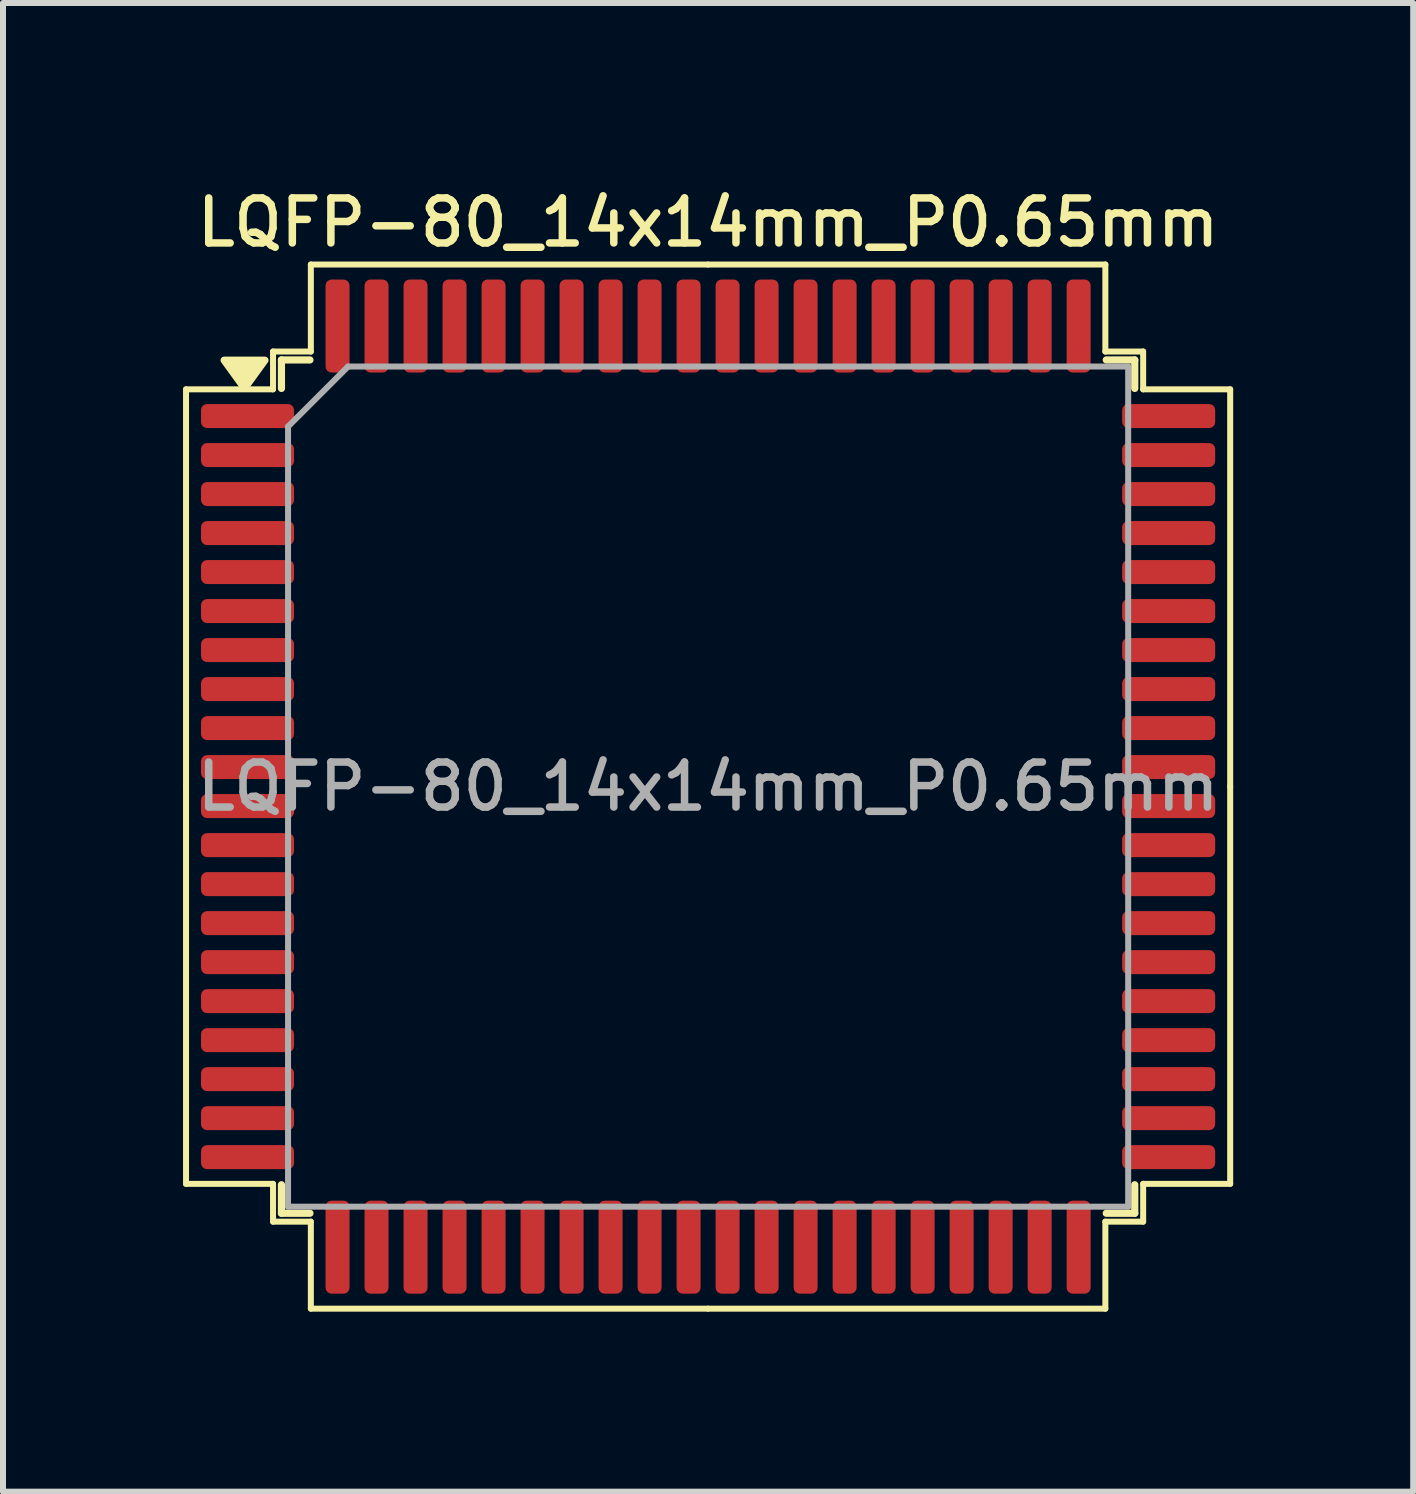
<source format=kicad_pcb>
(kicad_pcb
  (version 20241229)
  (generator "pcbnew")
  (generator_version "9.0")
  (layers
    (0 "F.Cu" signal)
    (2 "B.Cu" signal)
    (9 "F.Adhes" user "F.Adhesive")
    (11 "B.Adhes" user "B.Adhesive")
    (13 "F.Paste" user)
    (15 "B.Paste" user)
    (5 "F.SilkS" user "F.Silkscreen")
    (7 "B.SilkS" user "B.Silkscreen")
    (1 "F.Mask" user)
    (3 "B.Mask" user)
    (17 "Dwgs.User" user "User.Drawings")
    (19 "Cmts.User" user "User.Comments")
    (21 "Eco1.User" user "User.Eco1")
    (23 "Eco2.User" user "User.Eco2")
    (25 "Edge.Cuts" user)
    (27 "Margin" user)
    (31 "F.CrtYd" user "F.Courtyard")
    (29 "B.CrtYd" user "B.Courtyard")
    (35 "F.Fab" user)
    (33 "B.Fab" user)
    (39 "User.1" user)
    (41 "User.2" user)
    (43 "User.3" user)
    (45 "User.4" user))
  (footprint "LQFP-80_14x14mm_P0.65mm"
    (layer "F.Cu")
    (at 8.75 10.058)
    (property "Reference" "LQFP-80_14x14mm_P0.65mm" (at 0 -9.4 0) (layer "F.SilkS") (effects (font (size 0.75 0.75) (thickness 0.125))))
    (attr smd)
    (fp_line (start -8.7 -6.62) (end -8.7 0) (stroke (width 0.1) (type solid)) (layer "F.SilkS"))
    (fp_line (start -8.7 6.62) (end -8.7 0) (stroke (width 0.1) (type solid)) (layer "F.SilkS"))
    (fp_line (start -7.25 -7.25) (end -7.25 -6.62) (stroke (width 0.1) (type solid)) (layer "F.SilkS"))
    (fp_line (start -7.25 -6.62) (end -8.7 -6.62) (stroke (width 0.1) (type solid)) (layer "F.SilkS"))
    (fp_line (start -7.25 6.62) (end -8.7 6.62) (stroke (width 0.1) (type solid)) (layer "F.SilkS"))
    (fp_line (start -7.25 7.25) (end -7.25 6.62) (stroke (width 0.1) (type solid)) (layer "F.SilkS"))
    (fp_line (start -7.11 -7.11) (end -7.11 -6.635) (stroke (width 0.12) (type solid)) (layer "F.SilkS"))
    (fp_line (start -7.11 7.11) (end -7.11 6.635) (stroke (width 0.12) (type solid)) (layer "F.SilkS"))
    (fp_line (start -6.635 -7.11) (end -7.11 -7.11) (stroke (width 0.12) (type solid)) (layer "F.SilkS"))
    (fp_line (start -6.635 7.11) (end -7.11 7.11) (stroke (width 0.12) (type solid)) (layer "F.SilkS"))
    (fp_line (start -6.62 -8.7) (end -6.62 -7.25) (stroke (width 0.1) (type solid)) (layer "F.SilkS"))
    (fp_line (start -6.62 -7.25) (end -7.25 -7.25) (stroke (width 0.1) (type solid)) (layer "F.SilkS"))
    (fp_line (start -6.62 7.25) (end -7.25 7.25) (stroke (width 0.1) (type solid)) (layer "F.SilkS"))
    (fp_line (start -6.62 8.7) (end -6.62 7.25) (stroke (width 0.1) (type solid)) (layer "F.SilkS"))
    (fp_line (start 0 -8.7) (end -6.62 -8.7) (stroke (width 0.1) (type solid)) (layer "F.SilkS"))
    (fp_line (start 0 -8.7) (end 6.62 -8.7) (stroke (width 0.1) (type solid)) (layer "F.SilkS"))
    (fp_line (start 0 8.7) (end -6.62 8.7) (stroke (width 0.1) (type solid)) (layer "F.SilkS"))
    (fp_line (start 0 8.7) (end 6.62 8.7) (stroke (width 0.1) (type solid)) (layer "F.SilkS"))
    (fp_line (start 6.62 -8.7) (end 6.62 -7.25) (stroke (width 0.1) (type solid)) (layer "F.SilkS"))
    (fp_line (start 6.62 -7.25) (end 7.25 -7.25) (stroke (width 0.1) (type solid)) (layer "F.SilkS"))
    (fp_line (start 6.62 7.25) (end 7.25 7.25) (stroke (width 0.1) (type solid)) (layer "F.SilkS"))
    (fp_line (start 6.62 8.7) (end 6.62 7.25) (stroke (width 0.1) (type solid)) (layer "F.SilkS"))
    (fp_line (start 6.635 -7.11) (end 7.11 -7.11) (stroke (width 0.12) (type solid)) (layer "F.SilkS"))
    (fp_line (start 6.635 7.11) (end 7.11 7.11) (stroke (width 0.12) (type solid)) (layer "F.SilkS"))
    (fp_line (start 7.11 -7.11) (end 7.11 -6.635) (stroke (width 0.12) (type solid)) (layer "F.SilkS"))
    (fp_line (start 7.11 7.11) (end 7.11 6.635) (stroke (width 0.12) (type solid)) (layer "F.SilkS"))
    (fp_line (start 7.25 -7.25) (end 7.25 -6.62) (stroke (width 0.1) (type solid)) (layer "F.SilkS"))
    (fp_line (start 7.25 -6.62) (end 8.7 -6.62) (stroke (width 0.1) (type solid)) (layer "F.SilkS"))
    (fp_line (start 7.25 6.62) (end 8.7 6.62) (stroke (width 0.1) (type solid)) (layer "F.SilkS"))
    (fp_line (start 7.25 7.25) (end 7.25 6.62) (stroke (width 0.1) (type solid)) (layer "F.SilkS"))
    (fp_line (start 8.7 -6.62) (end 8.7 0) (stroke (width 0.1) (type solid)) (layer "F.SilkS"))
    (fp_line (start 8.7 6.62) (end 8.7 0) (stroke (width 0.1) (type solid)) (layer "F.SilkS"))
    (fp_poly (pts (xy -7.725 -6.635) (xy -8.065 -7.105) (xy -7.385 -7.105) (xy -7.725 -6.635)) (stroke (width 0.12) (type solid)) (fill yes) (layer "F.SilkS"))
    (fp_line (start -7 -6) (end -6 -7) (stroke (width 0.1) (type solid)) (layer "F.Fab"))
    (fp_line (start -7 7) (end -7 -6) (stroke (width 0.1) (type solid)) (layer "F.Fab"))
    (fp_line (start -6 -7) (end 7 -7) (stroke (width 0.1) (type solid)) (layer "F.Fab"))
    (fp_line (start 7 -7) (end 7 7) (stroke (width 0.1) (type solid)) (layer "F.Fab"))
    (fp_line (start 7 7) (end -7 7) (stroke (width 0.1) (type solid)) (layer "F.Fab"))
    (fp_text user "${REFERENCE}" (at 0 0 0) (layer "F.Fab") (effects (font (size 0.75 0.75) (thickness 0.125))))
    (pad "1" smd roundrect (at -7.675 -6.175) (size 1.55 0.4) (layers "F.Cu" "F.Mask" "F.Paste") (roundrect_rratio 0.25))
    (pad "2" smd roundrect (at -7.675 -5.525) (size 1.55 0.4) (layers "F.Cu" "F.Mask" "F.Paste") (roundrect_rratio 0.25))
    (pad "3" smd roundrect (at -7.675 -4.875) (size 1.55 0.4) (layers "F.Cu" "F.Mask" "F.Paste") (roundrect_rratio 0.25))
    (pad "4" smd roundrect (at -7.675 -4.225) (size 1.55 0.4) (layers "F.Cu" "F.Mask" "F.Paste") (roundrect_rratio 0.25))
    (pad "5" smd roundrect (at -7.675 -3.575) (size 1.55 0.4) (layers "F.Cu" "F.Mask" "F.Paste") (roundrect_rratio 0.25))
    (pad "6" smd roundrect (at -7.675 -2.925) (size 1.55 0.4) (layers "F.Cu" "F.Mask" "F.Paste") (roundrect_rratio 0.25))
    (pad "7" smd roundrect (at -7.675 -2.275) (size 1.55 0.4) (layers "F.Cu" "F.Mask" "F.Paste") (roundrect_rratio 0.25))
    (pad "8" smd roundrect (at -7.675 -1.625) (size 1.55 0.4) (layers "F.Cu" "F.Mask" "F.Paste") (roundrect_rratio 0.25))
    (pad "9" smd roundrect (at -7.675 -0.975) (size 1.55 0.4) (layers "F.Cu" "F.Mask" "F.Paste") (roundrect_rratio 0.25))
    (pad "10" smd roundrect (at -7.675 -0.325) (size 1.55 0.4) (layers "F.Cu" "F.Mask" "F.Paste") (roundrect_rratio 0.25))
    (pad "11" smd roundrect (at -7.675 0.325) (size 1.55 0.4) (layers "F.Cu" "F.Mask" "F.Paste") (roundrect_rratio 0.25))
    (pad "12" smd roundrect (at -7.675 0.975) (size 1.55 0.4) (layers "F.Cu" "F.Mask" "F.Paste") (roundrect_rratio 0.25))
    (pad "13" smd roundrect (at -7.675 1.625) (size 1.55 0.4) (layers "F.Cu" "F.Mask" "F.Paste") (roundrect_rratio 0.25))
    (pad "14" smd roundrect (at -7.675 2.275) (size 1.55 0.4) (layers "F.Cu" "F.Mask" "F.Paste") (roundrect_rratio 0.25))
    (pad "15" smd roundrect (at -7.675 2.925) (size 1.55 0.4) (layers "F.Cu" "F.Mask" "F.Paste") (roundrect_rratio 0.25))
    (pad "16" smd roundrect (at -7.675 3.575) (size 1.55 0.4) (layers "F.Cu" "F.Mask" "F.Paste") (roundrect_rratio 0.25))
    (pad "17" smd roundrect (at -7.675 4.225) (size 1.55 0.4) (layers "F.Cu" "F.Mask" "F.Paste") (roundrect_rratio 0.25))
    (pad "18" smd roundrect (at -7.675 4.875) (size 1.55 0.4) (layers "F.Cu" "F.Mask" "F.Paste") (roundrect_rratio 0.25))
    (pad "19" smd roundrect (at -7.675 5.525) (size 1.55 0.4) (layers "F.Cu" "F.Mask" "F.Paste") (roundrect_rratio 0.25))
    (pad "20" smd roundrect (at -7.675 6.175) (size 1.55 0.4) (layers "F.Cu" "F.Mask" "F.Paste") (roundrect_rratio 0.25))
    (pad "21" smd roundrect (at -6.175 7.675) (size 0.4 1.55) (layers "F.Cu" "F.Mask" "F.Paste") (roundrect_rratio 0.25))
    (pad "22" smd roundrect (at -5.525 7.675) (size 0.4 1.55) (layers "F.Cu" "F.Mask" "F.Paste") (roundrect_rratio 0.25))
    (pad "23" smd roundrect (at -4.875 7.675) (size 0.4 1.55) (layers "F.Cu" "F.Mask" "F.Paste") (roundrect_rratio 0.25))
    (pad "24" smd roundrect (at -4.225 7.675) (size 0.4 1.55) (layers "F.Cu" "F.Mask" "F.Paste") (roundrect_rratio 0.25))
    (pad "25" smd roundrect (at -3.575 7.675) (size 0.4 1.55) (layers "F.Cu" "F.Mask" "F.Paste") (roundrect_rratio 0.25))
    (pad "26" smd roundrect (at -2.925 7.675) (size 0.4 1.55) (layers "F.Cu" "F.Mask" "F.Paste") (roundrect_rratio 0.25))
    (pad "27" smd roundrect (at -2.275 7.675) (size 0.4 1.55) (layers "F.Cu" "F.Mask" "F.Paste") (roundrect_rratio 0.25))
    (pad "28" smd roundrect (at -1.625 7.675) (size 0.4 1.55) (layers "F.Cu" "F.Mask" "F.Paste") (roundrect_rratio 0.25))
    (pad "29" smd roundrect (at -0.975 7.675) (size 0.4 1.55) (layers "F.Cu" "F.Mask" "F.Paste") (roundrect_rratio 0.25))
    (pad "30" smd roundrect (at -0.325 7.675) (size 0.4 1.55) (layers "F.Cu" "F.Mask" "F.Paste") (roundrect_rratio 0.25))
    (pad "31" smd roundrect (at 0.325 7.675) (size 0.4 1.55) (layers "F.Cu" "F.Mask" "F.Paste") (roundrect_rratio 0.25))
    (pad "32" smd roundrect (at 0.975 7.675) (size 0.4 1.55) (layers "F.Cu" "F.Mask" "F.Paste") (roundrect_rratio 0.25))
    (pad "33" smd roundrect (at 1.625 7.675) (size 0.4 1.55) (layers "F.Cu" "F.Mask" "F.Paste") (roundrect_rratio 0.25))
    (pad "34" smd roundrect (at 2.275 7.675) (size 0.4 1.55) (layers "F.Cu" "F.Mask" "F.Paste") (roundrect_rratio 0.25))
    (pad "35" smd roundrect (at 2.925 7.675) (size 0.4 1.55) (layers "F.Cu" "F.Mask" "F.Paste") (roundrect_rratio 0.25))
    (pad "36" smd roundrect (at 3.575 7.675) (size 0.4 1.55) (layers "F.Cu" "F.Mask" "F.Paste") (roundrect_rratio 0.25))
    (pad "37" smd roundrect (at 4.225 7.675) (size 0.4 1.55) (layers "F.Cu" "F.Mask" "F.Paste") (roundrect_rratio 0.25))
    (pad "38" smd roundrect (at 4.875 7.675) (size 0.4 1.55) (layers "F.Cu" "F.Mask" "F.Paste") (roundrect_rratio 0.25))
    (pad "39" smd roundrect (at 5.525 7.675) (size 0.4 1.55) (layers "F.Cu" "F.Mask" "F.Paste") (roundrect_rratio 0.25))
    (pad "40" smd roundrect (at 6.175 7.675) (size 0.4 1.55) (layers "F.Cu" "F.Mask" "F.Paste") (roundrect_rratio 0.25))
    (pad "41" smd roundrect (at 7.675 6.175) (size 1.55 0.4) (layers "F.Cu" "F.Mask" "F.Paste") (roundrect_rratio 0.25))
    (pad "42" smd roundrect (at 7.675 5.525) (size 1.55 0.4) (layers "F.Cu" "F.Mask" "F.Paste") (roundrect_rratio 0.25))
    (pad "43" smd roundrect (at 7.675 4.875) (size 1.55 0.4) (layers "F.Cu" "F.Mask" "F.Paste") (roundrect_rratio 0.25))
    (pad "44" smd roundrect (at 7.675 4.225) (size 1.55 0.4) (layers "F.Cu" "F.Mask" "F.Paste") (roundrect_rratio 0.25))
    (pad "45" smd roundrect (at 7.675 3.575) (size 1.55 0.4) (layers "F.Cu" "F.Mask" "F.Paste") (roundrect_rratio 0.25))
    (pad "46" smd roundrect (at 7.675 2.925) (size 1.55 0.4) (layers "F.Cu" "F.Mask" "F.Paste") (roundrect_rratio 0.25))
    (pad "47" smd roundrect (at 7.675 2.275) (size 1.55 0.4) (layers "F.Cu" "F.Mask" "F.Paste") (roundrect_rratio 0.25))
    (pad "48" smd roundrect (at 7.675 1.625) (size 1.55 0.4) (layers "F.Cu" "F.Mask" "F.Paste") (roundrect_rratio 0.25))
    (pad "49" smd roundrect (at 7.675 0.975) (size 1.55 0.4) (layers "F.Cu" "F.Mask" "F.Paste") (roundrect_rratio 0.25))
    (pad "50" smd roundrect (at 7.675 0.325) (size 1.55 0.4) (layers "F.Cu" "F.Mask" "F.Paste") (roundrect_rratio 0.25))
    (pad "51" smd roundrect (at 7.675 -0.325) (size 1.55 0.4) (layers "F.Cu" "F.Mask" "F.Paste") (roundrect_rratio 0.25))
    (pad "52" smd roundrect (at 7.675 -0.975) (size 1.55 0.4) (layers "F.Cu" "F.Mask" "F.Paste") (roundrect_rratio 0.25))
    (pad "53" smd roundrect (at 7.675 -1.625) (size 1.55 0.4) (layers "F.Cu" "F.Mask" "F.Paste") (roundrect_rratio 0.25))
    (pad "54" smd roundrect (at 7.675 -2.275) (size 1.55 0.4) (layers "F.Cu" "F.Mask" "F.Paste") (roundrect_rratio 0.25))
    (pad "55" smd roundrect (at 7.675 -2.925) (size 1.55 0.4) (layers "F.Cu" "F.Mask" "F.Paste") (roundrect_rratio 0.25))
    (pad "56" smd roundrect (at 7.675 -3.575) (size 1.55 0.4) (layers "F.Cu" "F.Mask" "F.Paste") (roundrect_rratio 0.25))
    (pad "57" smd roundrect (at 7.675 -4.225) (size 1.55 0.4) (layers "F.Cu" "F.Mask" "F.Paste") (roundrect_rratio 0.25))
    (pad "58" smd roundrect (at 7.675 -4.875) (size 1.55 0.4) (layers "F.Cu" "F.Mask" "F.Paste") (roundrect_rratio 0.25))
    (pad "59" smd roundrect (at 7.675 -5.525) (size 1.55 0.4) (layers "F.Cu" "F.Mask" "F.Paste") (roundrect_rratio 0.25))
    (pad "60" smd roundrect (at 7.675 -6.175) (size 1.55 0.4) (layers "F.Cu" "F.Mask" "F.Paste") (roundrect_rratio 0.25))
    (pad "61" smd roundrect (at 6.175 -7.675) (size 0.4 1.55) (layers "F.Cu" "F.Mask" "F.Paste") (roundrect_rratio 0.25))
    (pad "62" smd roundrect (at 5.525 -7.675) (size 0.4 1.55) (layers "F.Cu" "F.Mask" "F.Paste") (roundrect_rratio 0.25))
    (pad "63" smd roundrect (at 4.875 -7.675) (size 0.4 1.55) (layers "F.Cu" "F.Mask" "F.Paste") (roundrect_rratio 0.25))
    (pad "64" smd roundrect (at 4.225 -7.675) (size 0.4 1.55) (layers "F.Cu" "F.Mask" "F.Paste") (roundrect_rratio 0.25))
    (pad "65" smd roundrect (at 3.575 -7.675) (size 0.4 1.55) (layers "F.Cu" "F.Mask" "F.Paste") (roundrect_rratio 0.25))
    (pad "66" smd roundrect (at 2.925 -7.675) (size 0.4 1.55) (layers "F.Cu" "F.Mask" "F.Paste") (roundrect_rratio 0.25))
    (pad "67" smd roundrect (at 2.275 -7.675) (size 0.4 1.55) (layers "F.Cu" "F.Mask" "F.Paste") (roundrect_rratio 0.25))
    (pad "68" smd roundrect (at 1.625 -7.675) (size 0.4 1.55) (layers "F.Cu" "F.Mask" "F.Paste") (roundrect_rratio 0.25))
    (pad "69" smd roundrect (at 0.975 -7.675) (size 0.4 1.55) (layers "F.Cu" "F.Mask" "F.Paste") (roundrect_rratio 0.25))
    (pad "70" smd roundrect (at 0.325 -7.675) (size 0.4 1.55) (layers "F.Cu" "F.Mask" "F.Paste") (roundrect_rratio 0.25))
    (pad "71" smd roundrect (at -0.325 -7.675) (size 0.4 1.55) (layers "F.Cu" "F.Mask" "F.Paste") (roundrect_rratio 0.25))
    (pad "72" smd roundrect (at -0.975 -7.675) (size 0.4 1.55) (layers "F.Cu" "F.Mask" "F.Paste") (roundrect_rratio 0.25))
    (pad "73" smd roundrect (at -1.625 -7.675) (size 0.4 1.55) (layers "F.Cu" "F.Mask" "F.Paste") (roundrect_rratio 0.25))
    (pad "74" smd roundrect (at -2.275 -7.675) (size 0.4 1.55) (layers "F.Cu" "F.Mask" "F.Paste") (roundrect_rratio 0.25))
    (pad "75" smd roundrect (at -2.925 -7.675) (size 0.4 1.55) (layers "F.Cu" "F.Mask" "F.Paste") (roundrect_rratio 0.25))
    (pad "76" smd roundrect (at -3.575 -7.675) (size 0.4 1.55) (layers "F.Cu" "F.Mask" "F.Paste") (roundrect_rratio 0.25))
    (pad "77" smd roundrect (at -4.225 -7.675) (size 0.4 1.55) (layers "F.Cu" "F.Mask" "F.Paste") (roundrect_rratio 0.25))
    (pad "78" smd roundrect (at -4.875 -7.675) (size 0.4 1.55) (layers "F.Cu" "F.Mask" "F.Paste") (roundrect_rratio 0.25))
    (pad "79" smd roundrect (at -5.525 -7.675) (size 0.4 1.55) (layers "F.Cu" "F.Mask" "F.Paste") (roundrect_rratio 0.25))
    (pad "80" smd roundrect (at -6.175 -7.675) (size 0.4 1.55) (layers "F.Cu" "F.Mask" "F.Paste") (roundrect_rratio 0.25)))
  (gr_rect
    (start -3 -3)
    (end 20.5 21.808)
    (stroke (width 0.1) (type default))
    (fill no)
    (layer "Edge.Cuts")))
</source>
